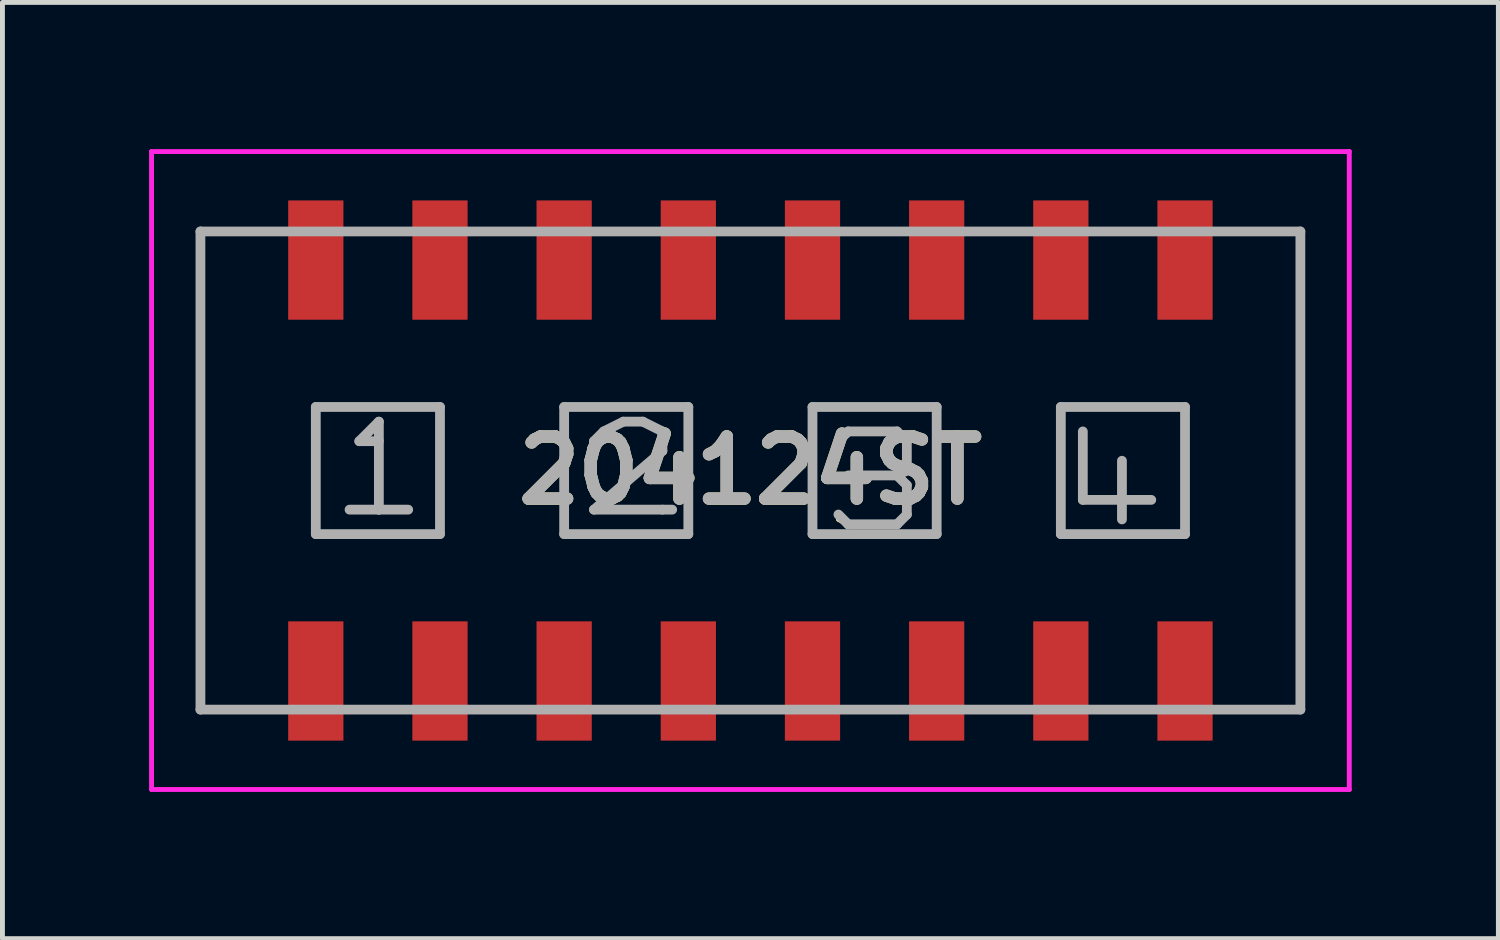
<source format=kicad_pcb>
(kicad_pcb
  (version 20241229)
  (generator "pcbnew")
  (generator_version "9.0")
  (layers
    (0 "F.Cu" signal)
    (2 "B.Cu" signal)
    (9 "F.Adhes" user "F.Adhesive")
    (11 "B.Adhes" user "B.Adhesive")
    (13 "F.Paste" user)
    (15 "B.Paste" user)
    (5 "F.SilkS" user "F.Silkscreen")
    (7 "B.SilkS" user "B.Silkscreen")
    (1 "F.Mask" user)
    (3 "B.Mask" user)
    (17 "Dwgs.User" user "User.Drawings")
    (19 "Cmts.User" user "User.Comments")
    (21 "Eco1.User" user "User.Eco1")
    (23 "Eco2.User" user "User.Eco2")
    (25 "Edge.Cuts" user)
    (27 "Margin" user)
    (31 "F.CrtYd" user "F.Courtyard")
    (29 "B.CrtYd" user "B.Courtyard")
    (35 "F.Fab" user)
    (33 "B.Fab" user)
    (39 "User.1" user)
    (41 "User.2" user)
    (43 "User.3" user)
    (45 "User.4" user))
  (footprint "204124ST"
    (layer "F.Cu")
    (at 12.3 6.575)
    (property "Reference" "204124ST" (at 0 0 0) (layer "F.SilkS") (effects (font (size 1.27 1.27) (thickness 0.254))))
    (attr smd)
    (fp_line (start -11.25 -4.89) (end -11.25 4.89) (stroke (width 0.1) (type solid)) (layer "F.SilkS"))
    (fp_line (start -11.25 4.89) (end -9.8 4.89) (stroke (width 0.1) (type solid)) (layer "F.SilkS"))
    (fp_line (start -9.8 -4.89) (end -11.25 -4.89) (stroke (width 0.1) (type solid)) (layer "F.SilkS"))
    (fp_line (start -8.89 -1.3) (end -6.35 -1.3) (stroke (width 0.1) (type solid)) (layer "F.SilkS"))
    (fp_line (start -8.89 1.3) (end -8.89 -1.3) (stroke (width 0.1) (type solid)) (layer "F.SilkS"))
    (fp_line (start -8 -0.6) (end -7.6 -1) (stroke (width 0.1) (type solid)) (layer "F.SilkS"))
    (fp_line (start -7.6 -1) (end -7.6 0.8) (stroke (width 0.1) (type solid)) (layer "F.SilkS"))
    (fp_line (start -7.6 -0.6) (end -8 -0.6) (stroke (width 0.1) (type solid)) (layer "F.SilkS"))
    (fp_line (start -7.6 0.8) (end -8.2 0.8) (stroke (width 0.1) (type solid)) (layer "F.SilkS"))
    (fp_line (start -7.6 0.8) (end -7 0.8) (stroke (width 0.1) (type solid)) (layer "F.SilkS"))
    (fp_line (start -6.35 -1.3) (end -6.35 1.3) (stroke (width 0.1) (type solid)) (layer "F.SilkS"))
    (fp_line (start -6.35 1.3) (end -8.89 1.3) (stroke (width 0.1) (type solid)) (layer "F.SilkS"))
    (fp_line (start -3.81 -1.3) (end -1.27 -1.3) (stroke (width 0.1) (type solid)) (layer "F.SilkS"))
    (fp_line (start -3.81 1.3) (end -3.81 -1.3) (stroke (width 0.1) (type solid)) (layer "F.SilkS"))
    (fp_line (start -3.2 -0.6) (end -3 -0.8) (stroke (width 0.1) (type solid)) (layer "F.SilkS"))
    (fp_line (start -3.2 -0.4) (end -3.2 -0.6) (stroke (width 0.1) (type solid)) (layer "F.SilkS"))
    (fp_line (start -3.2 0.8) (end -1.6 0.8) (stroke (width 0.1) (type solid)) (layer "F.SilkS"))
    (fp_line (start -3 -0.8) (end -2.6 -1) (stroke (width 0.1) (type solid)) (layer "F.SilkS"))
    (fp_line (start -2.6 -1) (end -2.2 -1) (stroke (width 0.1) (type solid)) (layer "F.SilkS"))
    (fp_line (start -2.2 -1) (end -1.8 -0.8) (stroke (width 0.1) (type solid)) (layer "F.SilkS"))
    (fp_line (start -1.8 -0.8) (end -1.8 -0.4) (stroke (width 0.1) (type solid)) (layer "F.SilkS"))
    (fp_line (start -1.8 -0.4) (end -3.2 0.8) (stroke (width 0.1) (type solid)) (layer "F.SilkS"))
    (fp_line (start -1.27 -1.3) (end -1.27 1.3) (stroke (width 0.1) (type solid)) (layer "F.SilkS"))
    (fp_line (start -1.27 1.3) (end -3.81 1.3) (stroke (width 0.1) (type solid)) (layer "F.SilkS"))
    (fp_line (start 1.27 -1.3) (end 3.81 -1.3) (stroke (width 0.1) (type solid)) (layer "F.SilkS"))
    (fp_line (start 1.27 1.3) (end 1.27 -1.3) (stroke (width 0.1) (type solid)) (layer "F.SilkS"))
    (fp_line (start 1.8 -0.6) (end 2 -0.8) (stroke (width 0.1) (type solid)) (layer "F.SilkS"))
    (fp_line (start 2 -0.8) (end 3 -0.8) (stroke (width 0.1) (type solid)) (layer "F.SilkS"))
    (fp_line (start 2 0.1) (end 3 0.1) (stroke (width 0.1) (type solid)) (layer "F.SilkS"))
    (fp_line (start 2 1.1) (end 1.8 1) (stroke (width 0.1) (type solid)) (layer "F.SilkS"))
    (fp_line (start 3 -0.8) (end 3.2 -0.6) (stroke (width 0.1) (type solid)) (layer "F.SilkS"))
    (fp_line (start 3 0.1) (end 2 0.1) (stroke (width 0.1) (type solid)) (layer "F.SilkS"))
    (fp_line (start 3 0.1) (end 3.2 0.3) (stroke (width 0.1) (type solid)) (layer "F.SilkS"))
    (fp_line (start 3 1.1) (end 2 1.1) (stroke (width 0.1) (type solid)) (layer "F.SilkS"))
    (fp_line (start 3.2 -0.6) (end 3.2 0) (stroke (width 0.1) (type solid)) (layer "F.SilkS"))
    (fp_line (start 3.2 0) (end 3 0.1) (stroke (width 0.1) (type solid)) (layer "F.SilkS"))
    (fp_line (start 3.2 0.3) (end 3.2 0.9) (stroke (width 0.1) (type solid)) (layer "F.SilkS"))
    (fp_line (start 3.2 0.9) (end 3 1.1) (stroke (width 0.1) (type solid)) (layer "F.SilkS"))
    (fp_line (start 3.81 -1.3) (end 3.81 1.3) (stroke (width 0.1) (type solid)) (layer "F.SilkS"))
    (fp_line (start 3.81 1.3) (end 1.27 1.3) (stroke (width 0.1) (type solid)) (layer "F.SilkS"))
    (fp_line (start 6.35 -1.3) (end 8.89 -1.3) (stroke (width 0.1) (type solid)) (layer "F.SilkS"))
    (fp_line (start 6.35 1.3) (end 6.35 -1.3) (stroke (width 0.1) (type solid)) (layer "F.SilkS"))
    (fp_line (start 6.8 -0.8) (end 6.8 0.6) (stroke (width 0.1) (type solid)) (layer "F.SilkS"))
    (fp_line (start 6.8 0.6) (end 8.2 0.6) (stroke (width 0.1) (type solid)) (layer "F.SilkS"))
    (fp_line (start 7.6 -0.2) (end 7.6 1) (stroke (width 0.1) (type solid)) (layer "F.SilkS"))
    (fp_line (start 8.89 -1.3) (end 8.89 1.3) (stroke (width 0.1) (type solid)) (layer "F.SilkS"))
    (fp_line (start 8.89 1.3) (end 6.35 1.3) (stroke (width 0.1) (type solid)) (layer "F.SilkS"))
    (fp_line (start 9.8 4.89) (end 11.25 4.89) (stroke (width 0.1) (type solid)) (layer "F.SilkS"))
    (fp_line (start 11.25 -4.89) (end 9.8 -4.89) (stroke (width 0.1) (type solid)) (layer "F.SilkS"))
    (fp_line (start 11.25 4.89) (end 11.25 -4.89) (stroke (width 0.1) (type solid)) (layer "F.SilkS"))
    (fp_line (start -12.25 -6.525) (end 12.25 -6.525) (stroke (width 0.1) (type solid)) (layer "F.CrtYd"))
    (fp_line (start -12.25 6.525) (end -12.25 -6.525) (stroke (width 0.1) (type solid)) (layer "F.CrtYd"))
    (fp_line (start 12.25 -6.525) (end 12.25 6.525) (stroke (width 0.1) (type solid)) (layer "F.CrtYd"))
    (fp_line (start 12.25 6.525) (end -12.25 6.525) (stroke (width 0.1) (type solid)) (layer "F.CrtYd"))
    (fp_line (start -11.25 -4.89) (end 11.25 -4.89) (stroke (width 0.2) (type solid)) (layer "F.Fab"))
    (fp_line (start -11.25 4.89) (end -11.25 -4.89) (stroke (width 0.2) (type solid)) (layer "F.Fab"))
    (fp_line (start -8.89 -1.3) (end -6.35 -1.3) (stroke (width 0.2) (type solid)) (layer "F.Fab"))
    (fp_line (start -8.89 1.3) (end -8.89 -1.3) (stroke (width 0.2) (type solid)) (layer "F.Fab"))
    (fp_line (start -8 -0.6) (end -7.6 -1) (stroke (width 0.2) (type solid)) (layer "F.Fab"))
    (fp_line (start -8 -0.6) (end -7.6 -0.6) (stroke (width 0.2) (type solid)) (layer "F.Fab"))
    (fp_line (start -7.6 -1) (end -7.6 0.8) (stroke (width 0.2) (type solid)) (layer "F.Fab"))
    (fp_line (start -7.6 0.8) (end -8.2 0.8) (stroke (width 0.2) (type solid)) (layer "F.Fab"))
    (fp_line (start -7.6 0.8) (end -7 0.8) (stroke (width 0.2) (type solid)) (layer "F.Fab"))
    (fp_line (start -6.35 -1.3) (end -6.35 1.3) (stroke (width 0.2) (type solid)) (layer "F.Fab"))
    (fp_line (start -6.35 1.3) (end -8.89 1.3) (stroke (width 0.2) (type solid)) (layer "F.Fab"))
    (fp_line (start -3.81 -1.3) (end -1.27 -1.3) (stroke (width 0.2) (type solid)) (layer "F.Fab"))
    (fp_line (start -3.81 1.3) (end -3.81 -1.3) (stroke (width 0.2) (type solid)) (layer "F.Fab"))
    (fp_line (start -3.2 -0.6) (end -3 -0.8) (stroke (width 0.2) (type solid)) (layer "F.Fab"))
    (fp_line (start -3.2 -0.4) (end -3.2 -0.6) (stroke (width 0.2) (type solid)) (layer "F.Fab"))
    (fp_line (start -3.2 0.8) (end -1.8 0.8) (stroke (width 0.2) (type solid)) (layer "F.Fab"))
    (fp_line (start -3 -0.8) (end -2.6 -1) (stroke (width 0.2) (type solid)) (layer "F.Fab"))
    (fp_line (start -2.6 -1) (end -2.2 -1) (stroke (width 0.2) (type solid)) (layer "F.Fab"))
    (fp_line (start -2.2 -1) (end -1.8 -0.8) (stroke (width 0.2) (type solid)) (layer "F.Fab"))
    (fp_line (start -1.8 -0.8) (end -1.8 -0.4) (stroke (width 0.2) (type solid)) (layer "F.Fab"))
    (fp_line (start -1.8 -0.4) (end -3.2 0.8) (stroke (width 0.2) (type solid)) (layer "F.Fab"))
    (fp_line (start -1.8 0.8) (end -1.6 0.8) (stroke (width 0.2) (type solid)) (layer "F.Fab"))
    (fp_line (start -1.27 -1.3) (end -1.27 1.3) (stroke (width 0.2) (type solid)) (layer "F.Fab"))
    (fp_line (start -1.27 1.3) (end -3.81 1.3) (stroke (width 0.2) (type solid)) (layer "F.Fab"))
    (fp_line (start 1.27 -1.3) (end 3.81 -1.3) (stroke (width 0.2) (type solid)) (layer "F.Fab"))
    (fp_line (start 1.27 1.3) (end 1.27 -1.3) (stroke (width 0.2) (type solid)) (layer "F.Fab"))
    (fp_line (start 1.8 -0.6) (end 2 -0.8) (stroke (width 0.2) (type solid)) (layer "F.Fab"))
    (fp_line (start 2 -0.8) (end 3 -0.8) (stroke (width 0.2) (type solid)) (layer "F.Fab"))
    (fp_line (start 2 1.1) (end 1.8 0.9) (stroke (width 0.2) (type solid)) (layer "F.Fab"))
    (fp_line (start 3 -0.8) (end 3.2 -0.6) (stroke (width 0.2) (type solid)) (layer "F.Fab"))
    (fp_line (start 3 0.1) (end 2 0.1) (stroke (width 0.2) (type solid)) (layer "F.Fab"))
    (fp_line (start 3 0.1) (end 3.2 0.3) (stroke (width 0.2) (type solid)) (layer "F.Fab"))
    (fp_line (start 3 1.1) (end 2 1.1) (stroke (width 0.2) (type solid)) (layer "F.Fab"))
    (fp_line (start 3.2 -0.6) (end 3.2 0) (stroke (width 0.2) (type solid)) (layer "F.Fab"))
    (fp_line (start 3.2 0) (end 3 0.1) (stroke (width 0.2) (type solid)) (layer "F.Fab"))
    (fp_line (start 3.2 0.3) (end 3.2 0.9) (stroke (width 0.2) (type solid)) (layer "F.Fab"))
    (fp_line (start 3.2 0.9) (end 3 1.1) (stroke (width 0.2) (type solid)) (layer "F.Fab"))
    (fp_line (start 3.81 -1.3) (end 3.81 1.3) (stroke (width 0.2) (type solid)) (layer "F.Fab"))
    (fp_line (start 3.81 1.3) (end 1.27 1.3) (stroke (width 0.2) (type solid)) (layer "F.Fab"))
    (fp_line (start 6.35 -1.3) (end 8.89 -1.3) (stroke (width 0.2) (type solid)) (layer "F.Fab"))
    (fp_line (start 6.35 1.3) (end 6.35 -1.3) (stroke (width 0.2) (type solid)) (layer "F.Fab"))
    (fp_line (start 6.8 -0.8) (end 6.8 0.6) (stroke (width 0.2) (type solid)) (layer "F.Fab"))
    (fp_line (start 6.8 0.6) (end 8.2 0.6) (stroke (width 0.2) (type solid)) (layer "F.Fab"))
    (fp_line (start 7.6 -0.2) (end 7.6 1) (stroke (width 0.2) (type solid)) (layer "F.Fab"))
    (fp_line (start 8.89 -1.3) (end 8.89 1.3) (stroke (width 0.2) (type solid)) (layer "F.Fab"))
    (fp_line (start 8.89 1.3) (end 6.35 1.3) (stroke (width 0.2) (type solid)) (layer "F.Fab"))
    (fp_line (start 11.25 -4.89) (end 11.25 4.89) (stroke (width 0.2) (type solid)) (layer "F.Fab"))
    (fp_line (start 11.25 4.89) (end -11.25 4.89) (stroke (width 0.2) (type solid)) (layer "F.Fab"))
    (fp_text user "${REFERENCE}" (at 0 0 0) (layer "F.Fab") (effects (font (size 1.27 1.27) (thickness 0.254))))
    (pad "1" smd rect (at -8.89 4.305) (size 1.13 2.44) (layers "F.Cu" "F.Mask" "F.Paste"))
    (pad "2" smd rect (at -8.89 -4.305) (size 1.13 2.44) (layers "F.Cu" "F.Mask" "F.Paste"))
    (pad "3" smd rect (at -6.35 4.305) (size 1.13 2.44) (layers "F.Cu" "F.Mask" "F.Paste"))
    (pad "4" smd rect (at -6.35 -4.305) (size 1.13 2.44) (layers "F.Cu" "F.Mask" "F.Paste"))
    (pad "5" smd rect (at -3.81 4.305) (size 1.13 2.44) (layers "F.Cu" "F.Mask" "F.Paste"))
    (pad "6" smd rect (at -3.81 -4.305) (size 1.13 2.44) (layers "F.Cu" "F.Mask" "F.Paste"))
    (pad "7" smd rect (at -1.27 4.305) (size 1.13 2.44) (layers "F.Cu" "F.Mask" "F.Paste"))
    (pad "8" smd rect (at -1.27 -4.305) (size 1.13 2.44) (layers "F.Cu" "F.Mask" "F.Paste"))
    (pad "9" smd rect (at 1.27 4.305) (size 1.13 2.44) (layers "F.Cu" "F.Mask" "F.Paste"))
    (pad "10" smd rect (at 1.27 -4.305) (size 1.13 2.44) (layers "F.Cu" "F.Mask" "F.Paste"))
    (pad "11" smd rect (at 3.81 4.305) (size 1.13 2.44) (layers "F.Cu" "F.Mask" "F.Paste"))
    (pad "12" smd rect (at 3.81 -4.305) (size 1.13 2.44) (layers "F.Cu" "F.Mask" "F.Paste"))
    (pad "13" smd rect (at 6.35 4.305) (size 1.13 2.44) (layers "F.Cu" "F.Mask" "F.Paste"))
    (pad "14" smd rect (at 6.35 -4.305) (size 1.13 2.44) (layers "F.Cu" "F.Mask" "F.Paste"))
    (pad "15" smd rect (at 8.89 4.305) (size 1.13 2.44) (layers "F.Cu" "F.Mask" "F.Paste"))
    (pad "16" smd rect (at 8.89 -4.305) (size 1.13 2.44) (layers "F.Cu" "F.Mask" "F.Paste")))
  (gr_rect
    (start -3 -3)
    (end 27.6 16.15)
    (stroke (width 0.1) (type default))
    (fill no)
    (layer "Edge.Cuts")))
</source>
